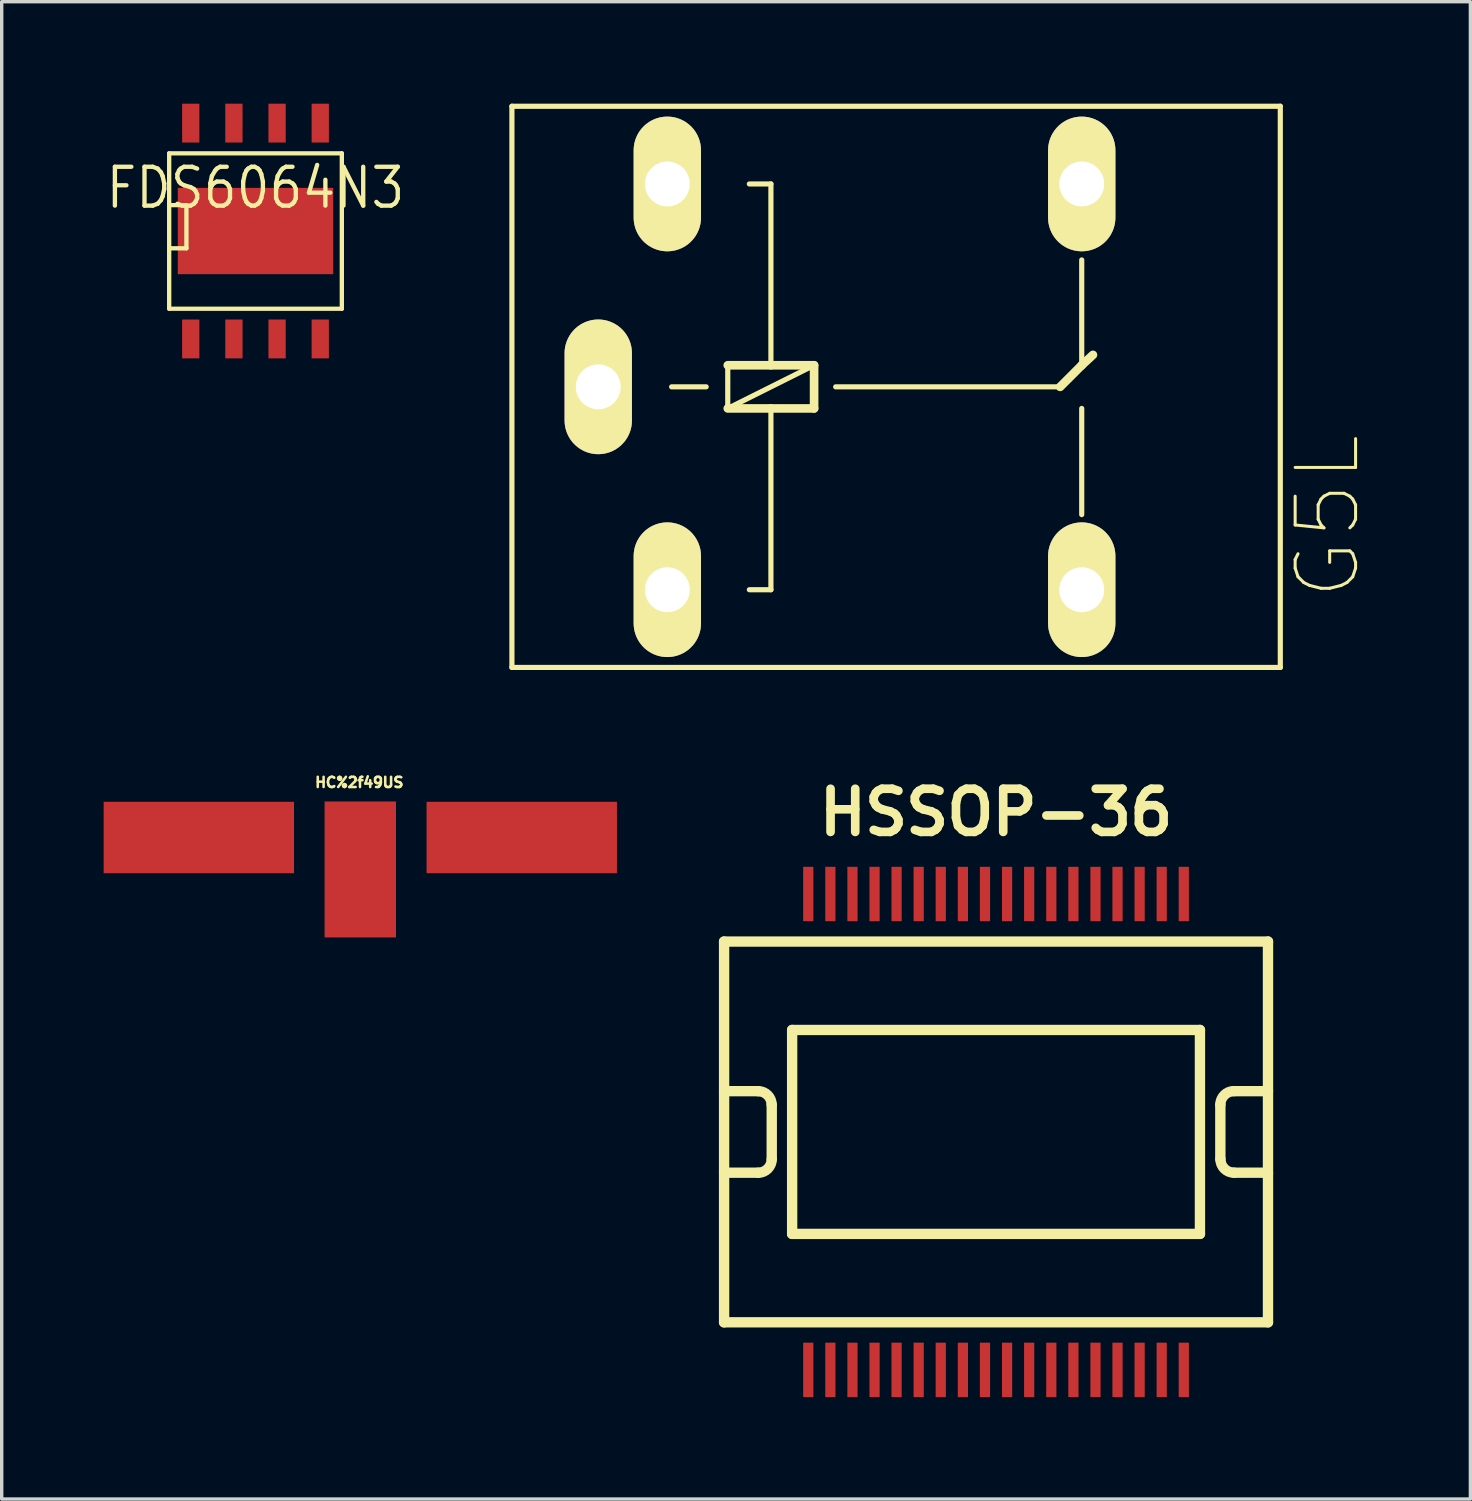
<source format=kicad_pcb>
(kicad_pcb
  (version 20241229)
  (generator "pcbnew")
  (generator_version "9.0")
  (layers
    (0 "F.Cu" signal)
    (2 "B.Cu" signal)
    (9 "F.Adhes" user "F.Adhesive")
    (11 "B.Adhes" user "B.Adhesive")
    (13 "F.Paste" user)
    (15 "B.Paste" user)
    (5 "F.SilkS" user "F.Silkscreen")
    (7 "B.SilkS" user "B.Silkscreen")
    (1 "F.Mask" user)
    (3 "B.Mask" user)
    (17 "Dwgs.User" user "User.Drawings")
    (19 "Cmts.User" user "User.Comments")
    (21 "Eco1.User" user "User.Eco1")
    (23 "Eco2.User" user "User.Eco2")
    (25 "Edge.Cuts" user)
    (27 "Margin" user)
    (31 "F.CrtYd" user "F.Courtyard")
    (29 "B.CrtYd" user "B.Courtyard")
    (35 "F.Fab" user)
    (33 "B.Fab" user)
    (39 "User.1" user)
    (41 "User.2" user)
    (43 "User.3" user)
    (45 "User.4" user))
  (footprint "FDS6064N3"
    (layer "F.Cu")
    (at 4.467 3.747)
    (property "Reference" "FDS6064N3" (at 0 -1.27 0) (layer "F.SilkS") (effects (font (size 1.143 1.016) (thickness 0.127))))
    (attr smd)
    (fp_line (start -2.54 -2.286) (end 2.54 -2.286) (stroke (width 0.127) (type solid)) (layer "F.SilkS"))
    (fp_line (start -2.54 -0.762) (end -2.032 -0.762) (stroke (width 0.127) (type solid)) (layer "F.SilkS"))
    (fp_line (start -2.54 2.286) (end -2.54 -2.286) (stroke (width 0.127) (type solid)) (layer "F.SilkS"))
    (fp_line (start -2.032 -0.762) (end -2.032 0.508) (stroke (width 0.127) (type solid)) (layer "F.SilkS"))
    (fp_line (start -2.032 0.508) (end -2.54 0.508) (stroke (width 0.127) (type solid)) (layer "F.SilkS"))
    (fp_line (start 2.54 -2.286) (end 2.54 2.286) (stroke (width 0.127) (type solid)) (layer "F.SilkS"))
    (fp_line (start 2.54 2.286) (end -2.54 2.286) (stroke (width 0.127) (type solid)) (layer "F.SilkS"))
    (pad "" smd rect (at -1.905 -3.175) (size 0.508 1.143) (layers "F.Cu" "F.Mask" "F.Paste"))
    (pad "" smd rect (at -0.635 -3.175) (size 0.508 1.143) (layers "F.Cu" "F.Mask" "F.Paste"))
    (pad "" smd rect (at 0.635 -3.175) (size 0.508 1.143) (layers "F.Cu" "F.Mask" "F.Paste"))
    (pad "" smd rect (at 1.905 -3.175) (size 0.508 1.143) (layers "F.Cu" "F.Mask" "F.Paste"))
    (pad "D" smd rect (at 0 0) (size 4.572 2.54) (layers "F.Cu" "F.Mask" "F.Paste"))
    (pad "G" smd rect (at 1.905 3.175) (size 0.508 1.143) (layers "F.Cu" "F.Mask" "F.Paste"))
    (pad "S" smd rect (at -1.905 3.175) (size 0.508 1.143) (layers "F.Cu" "F.Mask" "F.Paste"))
    (pad "S" smd rect (at -0.635 3.175) (size 0.508 1.143) (layers "F.Cu" "F.Mask" "F.Paste"))
    (pad "S" smd rect (at 0.635 3.175) (size 0.508 1.143) (layers "F.Cu" "F.Mask" "F.Paste")))
  (footprint "HC%2f49US"
    (layer "F.Cu")
    (at 7.55 21.59)
    (property "Reference" "HC%2f49US" (at -0.03 -1.621 0) (layer "F.SilkS") (effects (font (size 0.3 0.3) (thickness 0.076))))
    (attr through_hole)
    (pad "1" smd rect (at -4.75 0) (size 5.601 2.101) (layers "F.Cu" "F.Mask" "F.Paste"))
    (pad "2" smd rect (at 4.75 0) (size 5.601 2.101) (layers "F.Cu" "F.Mask" "F.Paste"))
    (pad "3" smd rect (at 0 0.94 90) (size 4 2.101) (layers "F.Cu" "F.Mask" "F.Paste")))
  (footprint "G5L"
    (layer "F.Cu")
    (at 24.076 8.331)
    (property "Reference" "G5L" (at 11.938 3.81 90) (layer "F.SilkS") (effects (font (size 1.778 1.778) (thickness 0.089))))
    (attr exclude_from_pos_files exclude_from_bom)
    (fp_line (start -12.065 -8.255) (end -12.065 8.255) (stroke (width 0.152) (type solid)) (layer "F.SilkS"))
    (fp_line (start -12.065 -8.255) (end 10.541 -8.255) (stroke (width 0.152) (type solid)) (layer "F.SilkS"))
    (fp_line (start -7.366 0) (end -6.35 0) (stroke (width 0.152) (type solid)) (layer "F.SilkS"))
    (fp_line (start -5.715 -0.635) (end -5.715 0.635) (stroke (width 0.152) (type solid)) (layer "F.SilkS"))
    (fp_line (start -5.715 0.635) (end -4.445 0.635) (stroke (width 0.254) (type solid)) (layer "F.SilkS"))
    (fp_line (start -5.715 0.635) (end -3.175 -0.635) (stroke (width 0.152) (type solid)) (layer "F.SilkS"))
    (fp_line (start -5.08 -5.969) (end -4.445 -5.969) (stroke (width 0.152) (type solid)) (layer "F.SilkS"))
    (fp_line (start -4.445 -5.969) (end -4.445 -0.635) (stroke (width 0.152) (type solid)) (layer "F.SilkS"))
    (fp_line (start -4.445 -0.635) (end -5.715 -0.635) (stroke (width 0.254) (type solid)) (layer "F.SilkS"))
    (fp_line (start -4.445 0.635) (end -4.445 5.969) (stroke (width 0.152) (type solid)) (layer "F.SilkS"))
    (fp_line (start -4.445 0.635) (end -3.175 0.635) (stroke (width 0.254) (type solid)) (layer "F.SilkS"))
    (fp_line (start -4.445 5.969) (end -5.08 5.969) (stroke (width 0.152) (type solid)) (layer "F.SilkS"))
    (fp_line (start -3.175 -0.635) (end -4.445 -0.635) (stroke (width 0.254) (type solid)) (layer "F.SilkS"))
    (fp_line (start -3.175 0.635) (end -3.175 -0.635) (stroke (width 0.254) (type solid)) (layer "F.SilkS"))
    (fp_line (start -2.54 0) (end 4.064 0) (stroke (width 0.152) (type solid)) (layer "F.SilkS"))
    (fp_line (start 4.064 0) (end 4.699 -0.635) (stroke (width 0.254) (type solid)) (layer "F.SilkS"))
    (fp_line (start 4.699 -3.734) (end 4.699 -0.635) (stroke (width 0.152) (type solid)) (layer "F.SilkS"))
    (fp_line (start 4.699 -0.635) (end 5.029 -0.94) (stroke (width 0.254) (type solid)) (layer "F.SilkS"))
    (fp_line (start 4.699 0.635) (end 4.699 3.759) (stroke (width 0.152) (type solid)) (layer "F.SilkS"))
    (fp_line (start 10.541 8.255) (end -12.065 8.255) (stroke (width 0.152) (type solid)) (layer "F.SilkS"))
    (fp_line (start 10.541 8.255) (end 10.541 -8.255) (stroke (width 0.152) (type solid)) (layer "F.SilkS"))
    (pad "1" thru_hole oval (at -9.525 0) (size 1.981 3.962) (drill 1.321) (layers "*.Cu" "F.Mask" "F.SilkS" "F.Paste"))
    (pad "2" thru_hole oval (at -7.493 -5.969) (size 1.981 3.962) (drill 1.321) (layers "*.Cu" "F.Mask" "F.SilkS" "F.Paste"))
    (pad "3" thru_hole oval (at 4.699 5.969) (size 1.981 3.962) (drill 1.321) (layers "*.Cu" "F.Mask" "F.SilkS" "F.Paste"))
    (pad "4" thru_hole oval (at 4.699 -5.969) (size 1.981 3.962) (drill 1.321) (layers "*.Cu" "F.Mask" "F.SilkS" "F.Paste"))
    (pad "5" thru_hole oval (at -7.493 5.969) (size 1.981 3.962) (drill 1.321) (layers "*.Cu" "F.Mask" "F.SilkS" "F.Paste")))
  (footprint "HSSOP-36"
    (layer "F.Cu")
    (at 26.254 30.252)
    (property "Reference" "HSSOP-36" (at 0 -9.401 0) (layer "F.SilkS") (effects (font (size 1.27 1.27) (thickness 0.254))))
    (attr through_hole)
    (fp_line (start -8.001 -5.601) (end -8.001 5.601) (stroke (width 0.305) (type solid)) (layer "F.SilkS"))
    (fp_line (start -8.001 5.601) (end 8.001 5.601) (stroke (width 0.305) (type solid)) (layer "F.SilkS"))
    (fp_line (start -7 -1.199) (end -8.001 -1.199) (stroke (width 0.305) (type solid)) (layer "F.SilkS"))
    (fp_line (start -7 1.199) (end -8.001 1.199) (stroke (width 0.305) (type solid)) (layer "F.SilkS"))
    (fp_line (start -6.599 -0.8) (end -6.599 0.8) (stroke (width 0.305) (type solid)) (layer "F.SilkS"))
    (fp_line (start -5.999 -3) (end -5.999 3) (stroke (width 0.305) (type solid)) (layer "F.SilkS"))
    (fp_line (start -5.999 3) (end 5.999 3) (stroke (width 0.305) (type solid)) (layer "F.SilkS"))
    (fp_line (start 5.999 -3) (end -5.999 -3) (stroke (width 0.305) (type solid)) (layer "F.SilkS"))
    (fp_line (start 5.999 3) (end 5.999 -3) (stroke (width 0.305) (type solid)) (layer "F.SilkS"))
    (fp_line (start 6.599 -0.8) (end 6.599 0.8) (stroke (width 0.305) (type solid)) (layer "F.SilkS"))
    (fp_line (start 7 -1.199) (end 8.001 -1.199) (stroke (width 0.305) (type solid)) (layer "F.SilkS"))
    (fp_line (start 7 1.199) (end 8.001 1.199) (stroke (width 0.305) (type solid)) (layer "F.SilkS"))
    (fp_line (start 8.001 -5.601) (end -8.001 -5.601) (stroke (width 0.305) (type solid)) (layer "F.SilkS"))
    (fp_line (start 8.001 5.601) (end 8.001 -5.601) (stroke (width 0.305) (type solid)) (layer "F.SilkS"))
    (fp_arc (start -7.00024 -1.19888) (mid -6.71826 -1.08208) (end -6.60146 -0.8001) (stroke (width 0.3048) (type solid)) (layer "F.SilkS"))
    (fp_arc (start -6.59892 0.8001) (mid -6.716464 1.083876) (end -7.00024 1.20142) (stroke (width 0.3048) (type solid)) (layer "F.SilkS"))
    (fp_arc (start 6.59892 -0.8001) (mid 6.716464 -1.083876) (end 7.00024 -1.20142) (stroke (width 0.3048) (type solid)) (layer "F.SilkS"))
    (fp_arc (start 7.00024 1.19888) (mid 6.71826 1.08208) (end 6.60146 0.8001) (stroke (width 0.3048) (type solid)) (layer "F.SilkS"))
    (pad "1" smd rect (at -5.524 7) (size 0.3 1.6) (layers "F.Cu" "F.Mask" "F.Paste"))
    (pad "2" smd rect (at -4.874 7) (size 0.3 1.6) (layers "F.Cu" "F.Mask" "F.Paste"))
    (pad "3" smd rect (at -4.224 7) (size 0.3 1.6) (layers "F.Cu" "F.Mask" "F.Paste"))
    (pad "4" smd rect (at -3.574 7) (size 0.3 1.6) (layers "F.Cu" "F.Mask" "F.Paste"))
    (pad "5" smd rect (at -2.926 7) (size 0.3 1.6) (layers "F.Cu" "F.Mask" "F.Paste"))
    (pad "6" smd rect (at -2.276 7) (size 0.3 1.6) (layers "F.Cu" "F.Mask" "F.Paste"))
    (pad "7" smd rect (at -1.626 7) (size 0.3 1.6) (layers "F.Cu" "F.Mask" "F.Paste"))
    (pad "8" smd rect (at -0.975 7) (size 0.3 1.6) (layers "F.Cu" "F.Mask" "F.Paste"))
    (pad "9" smd rect (at -0.325 7) (size 0.3 1.6) (layers "F.Cu" "F.Mask" "F.Paste"))
    (pad "10" smd rect (at 0.325 7) (size 0.3 1.6) (layers "F.Cu" "F.Mask" "F.Paste"))
    (pad "11" smd rect (at 0.975 7) (size 0.3 1.6) (layers "F.Cu" "F.Mask" "F.Paste"))
    (pad "12" smd rect (at 1.626 7) (size 0.3 1.6) (layers "F.Cu" "F.Mask" "F.Paste"))
    (pad "13" smd rect (at 2.276 7) (size 0.3 1.6) (layers "F.Cu" "F.Mask" "F.Paste"))
    (pad "14" smd rect (at 2.926 7) (size 0.3 1.6) (layers "F.Cu" "F.Mask" "F.Paste"))
    (pad "15" smd rect (at 3.574 7) (size 0.3 1.6) (layers "F.Cu" "F.Mask" "F.Paste"))
    (pad "16" smd rect (at 4.224 7) (size 0.3 1.6) (layers "F.Cu" "F.Mask" "F.Paste"))
    (pad "17" smd rect (at 4.874 7) (size 0.3 1.6) (layers "F.Cu" "F.Mask" "F.Paste"))
    (pad "18" smd rect (at 5.524 7) (size 0.3 1.6) (layers "F.Cu" "F.Mask" "F.Paste"))
    (pad "19" smd rect (at 5.524 -7) (size 0.3 1.6) (layers "F.Cu" "F.Mask" "F.Paste"))
    (pad "20" smd rect (at 4.874 -7) (size 0.3 1.6) (layers "F.Cu" "F.Mask" "F.Paste"))
    (pad "21" smd rect (at 4.224 -7) (size 0.3 1.6) (layers "F.Cu" "F.Mask" "F.Paste"))
    (pad "22" smd rect (at 3.574 -7) (size 0.3 1.6) (layers "F.Cu" "F.Mask" "F.Paste"))
    (pad "23" smd rect (at 2.926 -7) (size 0.3 1.6) (layers "F.Cu" "F.Mask" "F.Paste"))
    (pad "24" smd rect (at 2.276 -7) (size 0.3 1.6) (layers "F.Cu" "F.Mask" "F.Paste"))
    (pad "25" smd rect (at 1.626 -7) (size 0.3 1.6) (layers "F.Cu" "F.Mask" "F.Paste"))
    (pad "26" smd rect (at 0.975 -7) (size 0.3 1.6) (layers "F.Cu" "F.Mask" "F.Paste"))
    (pad "27" smd rect (at 0.325 -7) (size 0.3 1.6) (layers "F.Cu" "F.Mask" "F.Paste"))
    (pad "28" smd rect (at -0.325 -7) (size 0.3 1.6) (layers "F.Cu" "F.Mask" "F.Paste"))
    (pad "29" smd rect (at -0.975 -7) (size 0.3 1.6) (layers "F.Cu" "F.Mask" "F.Paste"))
    (pad "30" smd rect (at -1.626 -7) (size 0.3 1.6) (layers "F.Cu" "F.Mask" "F.Paste"))
    (pad "31" smd rect (at -2.276 -7) (size 0.3 1.6) (layers "F.Cu" "F.Mask" "F.Paste"))
    (pad "32" smd rect (at -2.926 -7) (size 0.3 1.6) (layers "F.Cu" "F.Mask" "F.Paste"))
    (pad "33" smd rect (at -3.574 -7) (size 0.3 1.6) (layers "F.Cu" "F.Mask" "F.Paste"))
    (pad "34" smd rect (at -4.224 -7) (size 0.3 1.6) (layers "F.Cu" "F.Mask" "F.Paste"))
    (pad "35" smd rect (at -4.874 -7) (size 0.3 1.6) (layers "F.Cu" "F.Mask" "F.Paste"))
    (pad "36" smd rect (at -5.524 -7) (size 0.3 1.6) (layers "F.Cu" "F.Mask" "F.Paste")))
  (gr_rect
    (start -3 -3)
    (end 40.21 41.052)
    (stroke (width 0.1) (type default))
    (fill no)
    (layer "Edge.Cuts")))
</source>
